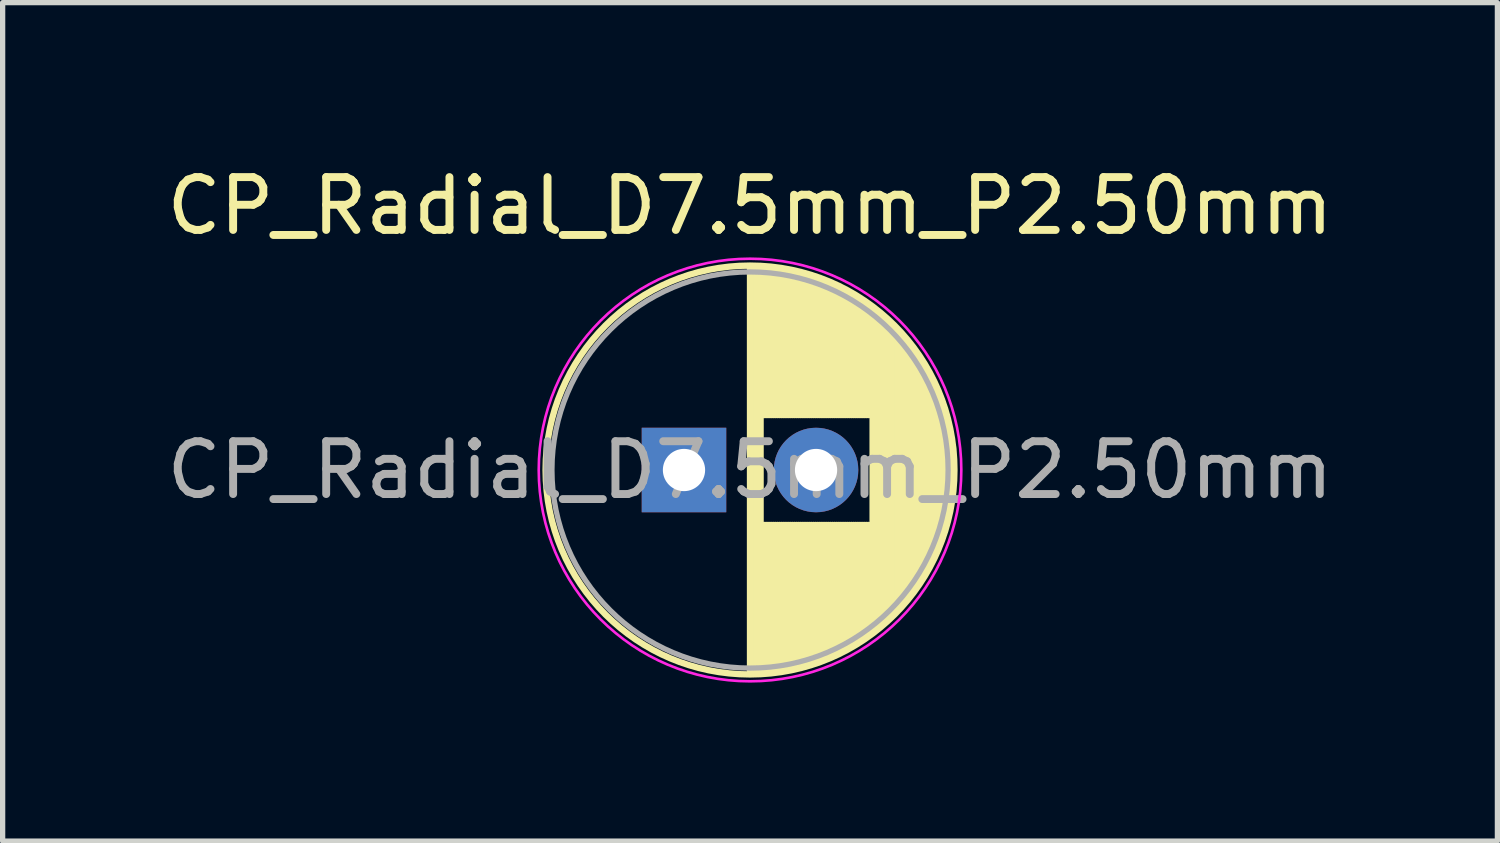
<source format=kicad_pcb>
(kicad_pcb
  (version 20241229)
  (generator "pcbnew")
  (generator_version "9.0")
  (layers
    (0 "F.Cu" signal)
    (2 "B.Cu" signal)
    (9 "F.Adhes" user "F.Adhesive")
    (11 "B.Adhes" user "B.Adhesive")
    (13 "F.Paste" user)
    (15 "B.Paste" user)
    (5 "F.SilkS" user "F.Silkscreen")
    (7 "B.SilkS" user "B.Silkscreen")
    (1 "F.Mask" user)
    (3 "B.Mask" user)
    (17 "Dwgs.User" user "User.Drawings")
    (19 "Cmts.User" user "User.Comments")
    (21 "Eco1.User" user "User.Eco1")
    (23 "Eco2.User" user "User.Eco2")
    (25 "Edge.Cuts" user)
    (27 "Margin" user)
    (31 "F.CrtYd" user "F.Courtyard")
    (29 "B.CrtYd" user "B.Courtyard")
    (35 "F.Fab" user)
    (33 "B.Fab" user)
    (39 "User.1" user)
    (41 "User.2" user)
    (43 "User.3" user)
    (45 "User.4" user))
  (footprint "CP_Radial_D7.5mm_P2.50mm"
    (layer "F.Cu")
    (at 9.899 5.848)
    (property "Reference" "CP_Radial_D7.5mm_P2.50mm" (at 1.25 -5 0) (layer "F.SilkS") (effects (font (size 1 1) (thickness 0.15))))
    (attr through_hole)
    (fp_line (start 1.25 -3.83) (end 1.25 3.83) (stroke (width 0.12) (type solid)) (layer "F.SilkS"))
    (fp_line (start 1.29 -3.83) (end 1.29 3.83) (stroke (width 0.12) (type solid)) (layer "F.SilkS"))
    (fp_line (start 1.33 -3.83) (end 1.33 3.83) (stroke (width 0.12) (type solid)) (layer "F.SilkS"))
    (fp_line (start 1.37 -3.829) (end 1.37 3.829) (stroke (width 0.12) (type solid)) (layer "F.SilkS"))
    (fp_line (start 1.41 -3.827) (end 1.41 3.827) (stroke (width 0.12) (type solid)) (layer "F.SilkS"))
    (fp_line (start 1.45 -3.825) (end 1.45 3.825) (stroke (width 0.12) (type solid)) (layer "F.SilkS"))
    (fp_line (start 1.49 -3.823) (end 1.49 -1.04) (stroke (width 0.12) (type solid)) (layer "F.SilkS"))
    (fp_line (start 1.49 1.04) (end 1.49 3.823) (stroke (width 0.12) (type solid)) (layer "F.SilkS"))
    (fp_line (start 1.53 -3.82) (end 1.53 -1.04) (stroke (width 0.12) (type solid)) (layer "F.SilkS"))
    (fp_line (start 1.53 1.04) (end 1.53 3.82) (stroke (width 0.12) (type solid)) (layer "F.SilkS"))
    (fp_line (start 1.57 -3.817) (end 1.57 -1.04) (stroke (width 0.12) (type solid)) (layer "F.SilkS"))
    (fp_line (start 1.57 1.04) (end 1.57 3.817) (stroke (width 0.12) (type solid)) (layer "F.SilkS"))
    (fp_line (start 1.61 -3.814) (end 1.61 -1.04) (stroke (width 0.12) (type solid)) (layer "F.SilkS"))
    (fp_line (start 1.61 1.04) (end 1.61 3.814) (stroke (width 0.12) (type solid)) (layer "F.SilkS"))
    (fp_line (start 1.65 -3.81) (end 1.65 -1.04) (stroke (width 0.12) (type solid)) (layer "F.SilkS"))
    (fp_line (start 1.65 1.04) (end 1.65 3.81) (stroke (width 0.12) (type solid)) (layer "F.SilkS"))
    (fp_line (start 1.69 -3.805) (end 1.69 -1.04) (stroke (width 0.12) (type solid)) (layer "F.SilkS"))
    (fp_line (start 1.69 1.04) (end 1.69 3.805) (stroke (width 0.12) (type solid)) (layer "F.SilkS"))
    (fp_line (start 1.73 -3.801) (end 1.73 -1.04) (stroke (width 0.12) (type solid)) (layer "F.SilkS"))
    (fp_line (start 1.73 1.04) (end 1.73 3.801) (stroke (width 0.12) (type solid)) (layer "F.SilkS"))
    (fp_line (start 1.77 -3.795) (end 1.77 -1.04) (stroke (width 0.12) (type solid)) (layer "F.SilkS"))
    (fp_line (start 1.77 1.04) (end 1.77 3.795) (stroke (width 0.12) (type solid)) (layer "F.SilkS"))
    (fp_line (start 1.81 -3.79) (end 1.81 -1.04) (stroke (width 0.12) (type solid)) (layer "F.SilkS"))
    (fp_line (start 1.81 1.04) (end 1.81 3.79) (stroke (width 0.12) (type solid)) (layer "F.SilkS"))
    (fp_line (start 1.85 -3.784) (end 1.85 -1.04) (stroke (width 0.12) (type solid)) (layer "F.SilkS"))
    (fp_line (start 1.85 1.04) (end 1.85 3.784) (stroke (width 0.12) (type solid)) (layer "F.SilkS"))
    (fp_line (start 1.89 -3.777) (end 1.89 -1.04) (stroke (width 0.12) (type solid)) (layer "F.SilkS"))
    (fp_line (start 1.89 1.04) (end 1.89 3.777) (stroke (width 0.12) (type solid)) (layer "F.SilkS"))
    (fp_line (start 1.93 -3.77) (end 1.93 -1.04) (stroke (width 0.12) (type solid)) (layer "F.SilkS"))
    (fp_line (start 1.93 1.04) (end 1.93 3.77) (stroke (width 0.12) (type solid)) (layer "F.SilkS"))
    (fp_line (start 1.971 -3.763) (end 1.971 -1.04) (stroke (width 0.12) (type solid)) (layer "F.SilkS"))
    (fp_line (start 1.971 1.04) (end 1.971 3.763) (stroke (width 0.12) (type solid)) (layer "F.SilkS"))
    (fp_line (start 2.011 -3.755) (end 2.011 -1.04) (stroke (width 0.12) (type solid)) (layer "F.SilkS"))
    (fp_line (start 2.011 1.04) (end 2.011 3.755) (stroke (width 0.12) (type solid)) (layer "F.SilkS"))
    (fp_line (start 2.051 -3.747) (end 2.051 -1.04) (stroke (width 0.12) (type solid)) (layer "F.SilkS"))
    (fp_line (start 2.051 1.04) (end 2.051 3.747) (stroke (width 0.12) (type solid)) (layer "F.SilkS"))
    (fp_line (start 2.091 -3.738) (end 2.091 -1.04) (stroke (width 0.12) (type solid)) (layer "F.SilkS"))
    (fp_line (start 2.091 1.04) (end 2.091 3.738) (stroke (width 0.12) (type solid)) (layer "F.SilkS"))
    (fp_line (start 2.131 -3.729) (end 2.131 -1.04) (stroke (width 0.12) (type solid)) (layer "F.SilkS"))
    (fp_line (start 2.131 1.04) (end 2.131 3.729) (stroke (width 0.12) (type solid)) (layer "F.SilkS"))
    (fp_line (start 2.171 -3.72) (end 2.171 -1.04) (stroke (width 0.12) (type solid)) (layer "F.SilkS"))
    (fp_line (start 2.171 1.04) (end 2.171 3.72) (stroke (width 0.12) (type solid)) (layer "F.SilkS"))
    (fp_line (start 2.211 -3.71) (end 2.211 -1.04) (stroke (width 0.12) (type solid)) (layer "F.SilkS"))
    (fp_line (start 2.211 1.04) (end 2.211 3.71) (stroke (width 0.12) (type solid)) (layer "F.SilkS"))
    (fp_line (start 2.251 -3.699) (end 2.251 -1.04) (stroke (width 0.12) (type solid)) (layer "F.SilkS"))
    (fp_line (start 2.251 1.04) (end 2.251 3.699) (stroke (width 0.12) (type solid)) (layer "F.SilkS"))
    (fp_line (start 2.291 -3.688) (end 2.291 -1.04) (stroke (width 0.12) (type solid)) (layer "F.SilkS"))
    (fp_line (start 2.291 1.04) (end 2.291 3.688) (stroke (width 0.12) (type solid)) (layer "F.SilkS"))
    (fp_line (start 2.331 -3.677) (end 2.331 -1.04) (stroke (width 0.12) (type solid)) (layer "F.SilkS"))
    (fp_line (start 2.331 1.04) (end 2.331 3.677) (stroke (width 0.12) (type solid)) (layer "F.SilkS"))
    (fp_line (start 2.371 -3.665) (end 2.371 -1.04) (stroke (width 0.12) (type solid)) (layer "F.SilkS"))
    (fp_line (start 2.371 1.04) (end 2.371 3.665) (stroke (width 0.12) (type solid)) (layer "F.SilkS"))
    (fp_line (start 2.411 -3.653) (end 2.411 -1.04) (stroke (width 0.12) (type solid)) (layer "F.SilkS"))
    (fp_line (start 2.411 1.04) (end 2.411 3.653) (stroke (width 0.12) (type solid)) (layer "F.SilkS"))
    (fp_line (start 2.451 -3.64) (end 2.451 -1.04) (stroke (width 0.12) (type solid)) (layer "F.SilkS"))
    (fp_line (start 2.451 1.04) (end 2.451 3.64) (stroke (width 0.12) (type solid)) (layer "F.SilkS"))
    (fp_line (start 2.491 -3.626) (end 2.491 -1.04) (stroke (width 0.12) (type solid)) (layer "F.SilkS"))
    (fp_line (start 2.491 1.04) (end 2.491 3.626) (stroke (width 0.12) (type solid)) (layer "F.SilkS"))
    (fp_line (start 2.531 -3.613) (end 2.531 -1.04) (stroke (width 0.12) (type solid)) (layer "F.SilkS"))
    (fp_line (start 2.531 1.04) (end 2.531 3.613) (stroke (width 0.12) (type solid)) (layer "F.SilkS"))
    (fp_line (start 2.571 -3.598) (end 2.571 -1.04) (stroke (width 0.12) (type solid)) (layer "F.SilkS"))
    (fp_line (start 2.571 1.04) (end 2.571 3.598) (stroke (width 0.12) (type solid)) (layer "F.SilkS"))
    (fp_line (start 2.611 -3.584) (end 2.611 -1.04) (stroke (width 0.12) (type solid)) (layer "F.SilkS"))
    (fp_line (start 2.611 1.04) (end 2.611 3.584) (stroke (width 0.12) (type solid)) (layer "F.SilkS"))
    (fp_line (start 2.651 -3.568) (end 2.651 -1.04) (stroke (width 0.12) (type solid)) (layer "F.SilkS"))
    (fp_line (start 2.651 1.04) (end 2.651 3.568) (stroke (width 0.12) (type solid)) (layer "F.SilkS"))
    (fp_line (start 2.691 -3.553) (end 2.691 -1.04) (stroke (width 0.12) (type solid)) (layer "F.SilkS"))
    (fp_line (start 2.691 1.04) (end 2.691 3.553) (stroke (width 0.12) (type solid)) (layer "F.SilkS"))
    (fp_line (start 2.731 -3.536) (end 2.731 -1.04) (stroke (width 0.12) (type solid)) (layer "F.SilkS"))
    (fp_line (start 2.731 1.04) (end 2.731 3.536) (stroke (width 0.12) (type solid)) (layer "F.SilkS"))
    (fp_line (start 2.771 -3.52) (end 2.771 -1.04) (stroke (width 0.12) (type solid)) (layer "F.SilkS"))
    (fp_line (start 2.771 1.04) (end 2.771 3.52) (stroke (width 0.12) (type solid)) (layer "F.SilkS"))
    (fp_line (start 2.811 -3.502) (end 2.811 -1.04) (stroke (width 0.12) (type solid)) (layer "F.SilkS"))
    (fp_line (start 2.811 1.04) (end 2.811 3.502) (stroke (width 0.12) (type solid)) (layer "F.SilkS"))
    (fp_line (start 2.851 -3.484) (end 2.851 -1.04) (stroke (width 0.12) (type solid)) (layer "F.SilkS"))
    (fp_line (start 2.851 1.04) (end 2.851 3.484) (stroke (width 0.12) (type solid)) (layer "F.SilkS"))
    (fp_line (start 2.891 -3.466) (end 2.891 -1.04) (stroke (width 0.12) (type solid)) (layer "F.SilkS"))
    (fp_line (start 2.891 1.04) (end 2.891 3.466) (stroke (width 0.12) (type solid)) (layer "F.SilkS"))
    (fp_line (start 2.931 -3.447) (end 2.931 -1.04) (stroke (width 0.12) (type solid)) (layer "F.SilkS"))
    (fp_line (start 2.931 1.04) (end 2.931 3.447) (stroke (width 0.12) (type solid)) (layer "F.SilkS"))
    (fp_line (start 2.971 -3.427) (end 2.971 -1.04) (stroke (width 0.12) (type solid)) (layer "F.SilkS"))
    (fp_line (start 2.971 1.04) (end 2.971 3.427) (stroke (width 0.12) (type solid)) (layer "F.SilkS"))
    (fp_line (start 3.011 -3.407) (end 3.011 -1.04) (stroke (width 0.12) (type solid)) (layer "F.SilkS"))
    (fp_line (start 3.011 1.04) (end 3.011 3.407) (stroke (width 0.12) (type solid)) (layer "F.SilkS"))
    (fp_line (start 3.051 -3.386) (end 3.051 -1.04) (stroke (width 0.12) (type solid)) (layer "F.SilkS"))
    (fp_line (start 3.051 1.04) (end 3.051 3.386) (stroke (width 0.12) (type solid)) (layer "F.SilkS"))
    (fp_line (start 3.091 -3.365) (end 3.091 -1.04) (stroke (width 0.12) (type solid)) (layer "F.SilkS"))
    (fp_line (start 3.091 1.04) (end 3.091 3.365) (stroke (width 0.12) (type solid)) (layer "F.SilkS"))
    (fp_line (start 3.131 -3.343) (end 3.131 -1.04) (stroke (width 0.12) (type solid)) (layer "F.SilkS"))
    (fp_line (start 3.131 1.04) (end 3.131 3.343) (stroke (width 0.12) (type solid)) (layer "F.SilkS"))
    (fp_line (start 3.171 -3.321) (end 3.171 -1.04) (stroke (width 0.12) (type solid)) (layer "F.SilkS"))
    (fp_line (start 3.171 1.04) (end 3.171 3.321) (stroke (width 0.12) (type solid)) (layer "F.SilkS"))
    (fp_line (start 3.211 -3.297) (end 3.211 -1.04) (stroke (width 0.12) (type solid)) (layer "F.SilkS"))
    (fp_line (start 3.211 1.04) (end 3.211 3.297) (stroke (width 0.12) (type solid)) (layer "F.SilkS"))
    (fp_line (start 3.251 -3.274) (end 3.251 -1.04) (stroke (width 0.12) (type solid)) (layer "F.SilkS"))
    (fp_line (start 3.251 1.04) (end 3.251 3.274) (stroke (width 0.12) (type solid)) (layer "F.SilkS"))
    (fp_line (start 3.291 -3.249) (end 3.291 -1.04) (stroke (width 0.12) (type solid)) (layer "F.SilkS"))
    (fp_line (start 3.291 1.04) (end 3.291 3.249) (stroke (width 0.12) (type solid)) (layer "F.SilkS"))
    (fp_line (start 3.331 -3.224) (end 3.331 -1.04) (stroke (width 0.12) (type solid)) (layer "F.SilkS"))
    (fp_line (start 3.331 1.04) (end 3.331 3.224) (stroke (width 0.12) (type solid)) (layer "F.SilkS"))
    (fp_line (start 3.371 -3.198) (end 3.371 -1.04) (stroke (width 0.12) (type solid)) (layer "F.SilkS"))
    (fp_line (start 3.371 1.04) (end 3.371 3.198) (stroke (width 0.12) (type solid)) (layer "F.SilkS"))
    (fp_line (start 3.411 -3.172) (end 3.411 -1.04) (stroke (width 0.12) (type solid)) (layer "F.SilkS"))
    (fp_line (start 3.411 1.04) (end 3.411 3.172) (stroke (width 0.12) (type solid)) (layer "F.SilkS"))
    (fp_line (start 3.451 -3.144) (end 3.451 -1.04) (stroke (width 0.12) (type solid)) (layer "F.SilkS"))
    (fp_line (start 3.451 1.04) (end 3.451 3.144) (stroke (width 0.12) (type solid)) (layer "F.SilkS"))
    (fp_line (start 3.491 -3.116) (end 3.491 -1.04) (stroke (width 0.12) (type solid)) (layer "F.SilkS"))
    (fp_line (start 3.491 1.04) (end 3.491 3.116) (stroke (width 0.12) (type solid)) (layer "F.SilkS"))
    (fp_line (start 3.531 -3.088) (end 3.531 -1.04) (stroke (width 0.12) (type solid)) (layer "F.SilkS"))
    (fp_line (start 3.531 1.04) (end 3.531 3.088) (stroke (width 0.12) (type solid)) (layer "F.SilkS"))
    (fp_line (start 3.571 -3.058) (end 3.571 3.058) (stroke (width 0.12) (type solid)) (layer "F.SilkS"))
    (fp_line (start 3.611 -3.028) (end 3.611 3.028) (stroke (width 0.12) (type solid)) (layer "F.SilkS"))
    (fp_line (start 3.651 -2.996) (end 3.651 2.996) (stroke (width 0.12) (type solid)) (layer "F.SilkS"))
    (fp_line (start 3.691 -2.964) (end 3.691 2.964) (stroke (width 0.12) (type solid)) (layer "F.SilkS"))
    (fp_line (start 3.731 -2.931) (end 3.731 2.931) (stroke (width 0.12) (type solid)) (layer "F.SilkS"))
    (fp_line (start 3.771 -2.898) (end 3.771 2.898) (stroke (width 0.12) (type solid)) (layer "F.SilkS"))
    (fp_line (start 3.811 -2.863) (end 3.811 2.863) (stroke (width 0.12) (type solid)) (layer "F.SilkS"))
    (fp_line (start 3.851 -2.827) (end 3.851 2.827) (stroke (width 0.12) (type solid)) (layer "F.SilkS"))
    (fp_line (start 3.891 -2.79) (end 3.891 2.79) (stroke (width 0.12) (type solid)) (layer "F.SilkS"))
    (fp_line (start 3.931 -2.752) (end 3.931 2.752) (stroke (width 0.12) (type solid)) (layer "F.SilkS"))
    (fp_line (start 3.971 -2.713) (end 3.971 2.713) (stroke (width 0.12) (type solid)) (layer "F.SilkS"))
    (fp_line (start 4.011 -2.673) (end 4.011 2.673) (stroke (width 0.12) (type solid)) (layer "F.SilkS"))
    (fp_line (start 4.051 -2.632) (end 4.051 2.632) (stroke (width 0.12) (type solid)) (layer "F.SilkS"))
    (fp_line (start 4.091 -2.589) (end 4.091 2.589) (stroke (width 0.12) (type solid)) (layer "F.SilkS"))
    (fp_line (start 4.131 -2.546) (end 4.131 2.546) (stroke (width 0.12) (type solid)) (layer "F.SilkS"))
    (fp_line (start 4.171 -2.5) (end 4.171 2.5) (stroke (width 0.12) (type solid)) (layer "F.SilkS"))
    (fp_line (start 4.211 -2.454) (end 4.211 2.454) (stroke (width 0.12) (type solid)) (layer "F.SilkS"))
    (fp_line (start 4.251 -2.405) (end 4.251 2.405) (stroke (width 0.12) (type solid)) (layer "F.SilkS"))
    (fp_line (start 4.291 -2.355) (end 4.291 2.355) (stroke (width 0.12) (type solid)) (layer "F.SilkS"))
    (fp_line (start 4.331 -2.304) (end 4.331 2.304) (stroke (width 0.12) (type solid)) (layer "F.SilkS"))
    (fp_line (start 4.371 -2.25) (end 4.371 2.25) (stroke (width 0.12) (type solid)) (layer "F.SilkS"))
    (fp_line (start 4.411 -2.195) (end 4.411 2.195) (stroke (width 0.12) (type solid)) (layer "F.SilkS"))
    (fp_line (start 4.451 -2.137) (end 4.451 2.137) (stroke (width 0.12) (type solid)) (layer "F.SilkS"))
    (fp_line (start 4.491 -2.077) (end 4.491 2.077) (stroke (width 0.12) (type solid)) (layer "F.SilkS"))
    (fp_line (start 4.531 -2.014) (end 4.531 2.014) (stroke (width 0.12) (type solid)) (layer "F.SilkS"))
    (fp_line (start 4.571 -1.949) (end 4.571 1.949) (stroke (width 0.12) (type solid)) (layer "F.SilkS"))
    (fp_line (start 4.611 -1.881) (end 4.611 1.881) (stroke (width 0.12) (type solid)) (layer "F.SilkS"))
    (fp_line (start 4.651 -1.809) (end 4.651 1.809) (stroke (width 0.12) (type solid)) (layer "F.SilkS"))
    (fp_line (start 4.691 -1.733) (end 4.691 1.733) (stroke (width 0.12) (type solid)) (layer "F.SilkS"))
    (fp_line (start 4.731 -1.654) (end 4.731 1.654) (stroke (width 0.12) (type solid)) (layer "F.SilkS"))
    (fp_line (start 4.771 -1.569) (end 4.771 1.569) (stroke (width 0.12) (type solid)) (layer "F.SilkS"))
    (fp_line (start 4.811 -1.478) (end 4.811 1.478) (stroke (width 0.12) (type solid)) (layer "F.SilkS"))
    (fp_line (start 4.851 -1.381) (end 4.851 1.381) (stroke (width 0.12) (type solid)) (layer "F.SilkS"))
    (fp_line (start 4.891 -1.275) (end 4.891 1.275) (stroke (width 0.12) (type solid)) (layer "F.SilkS"))
    (fp_line (start 4.931 -1.158) (end 4.931 1.158) (stroke (width 0.12) (type solid)) (layer "F.SilkS"))
    (fp_line (start 4.971 -1.028) (end 4.971 1.028) (stroke (width 0.12) (type solid)) (layer "F.SilkS"))
    (fp_line (start 5.011 -0.877) (end 5.011 0.877) (stroke (width 0.12) (type solid)) (layer "F.SilkS"))
    (fp_line (start 5.051 -0.693) (end 5.051 0.693) (stroke (width 0.12) (type solid)) (layer "F.SilkS"))
    (fp_line (start 5.091 -0.441) (end 5.091 0.441) (stroke (width 0.12) (type solid)) (layer "F.SilkS"))
    (fp_circle (center 1.25 0) (end 5.12 0) (stroke (width 0.12) (type solid)) (fill no) (layer "F.SilkS"))
    (fp_circle (center 1.25 0) (end 5.25 0) (stroke (width 0.05) (type solid)) (fill no) (layer "F.CrtYd"))
    (fp_circle (center 1.25 0) (end 5 0) (stroke (width 0.1) (type solid)) (fill no) (layer "F.Fab"))
    (fp_text user "${REFERENCE}" (at 1.25 0 0) (layer "F.Fab") (effects (font (size 1 1) (thickness 0.15))))
    (pad "1" thru_hole rect (at 0 0) (size 1.6 1.6) (drill 0.8) (layers "*.Cu" "*.Mask"))
    (pad "2" thru_hole circle (at 2.5 0) (size 1.6 1.6) (drill 0.8) (layers "*.Cu" "*.Mask")))
  (gr_rect
    (start -3 -3)
    (end 25.298 12.873)
    (stroke (width 0.1) (type default))
    (fill no)
    (layer "Edge.Cuts")))
</source>
